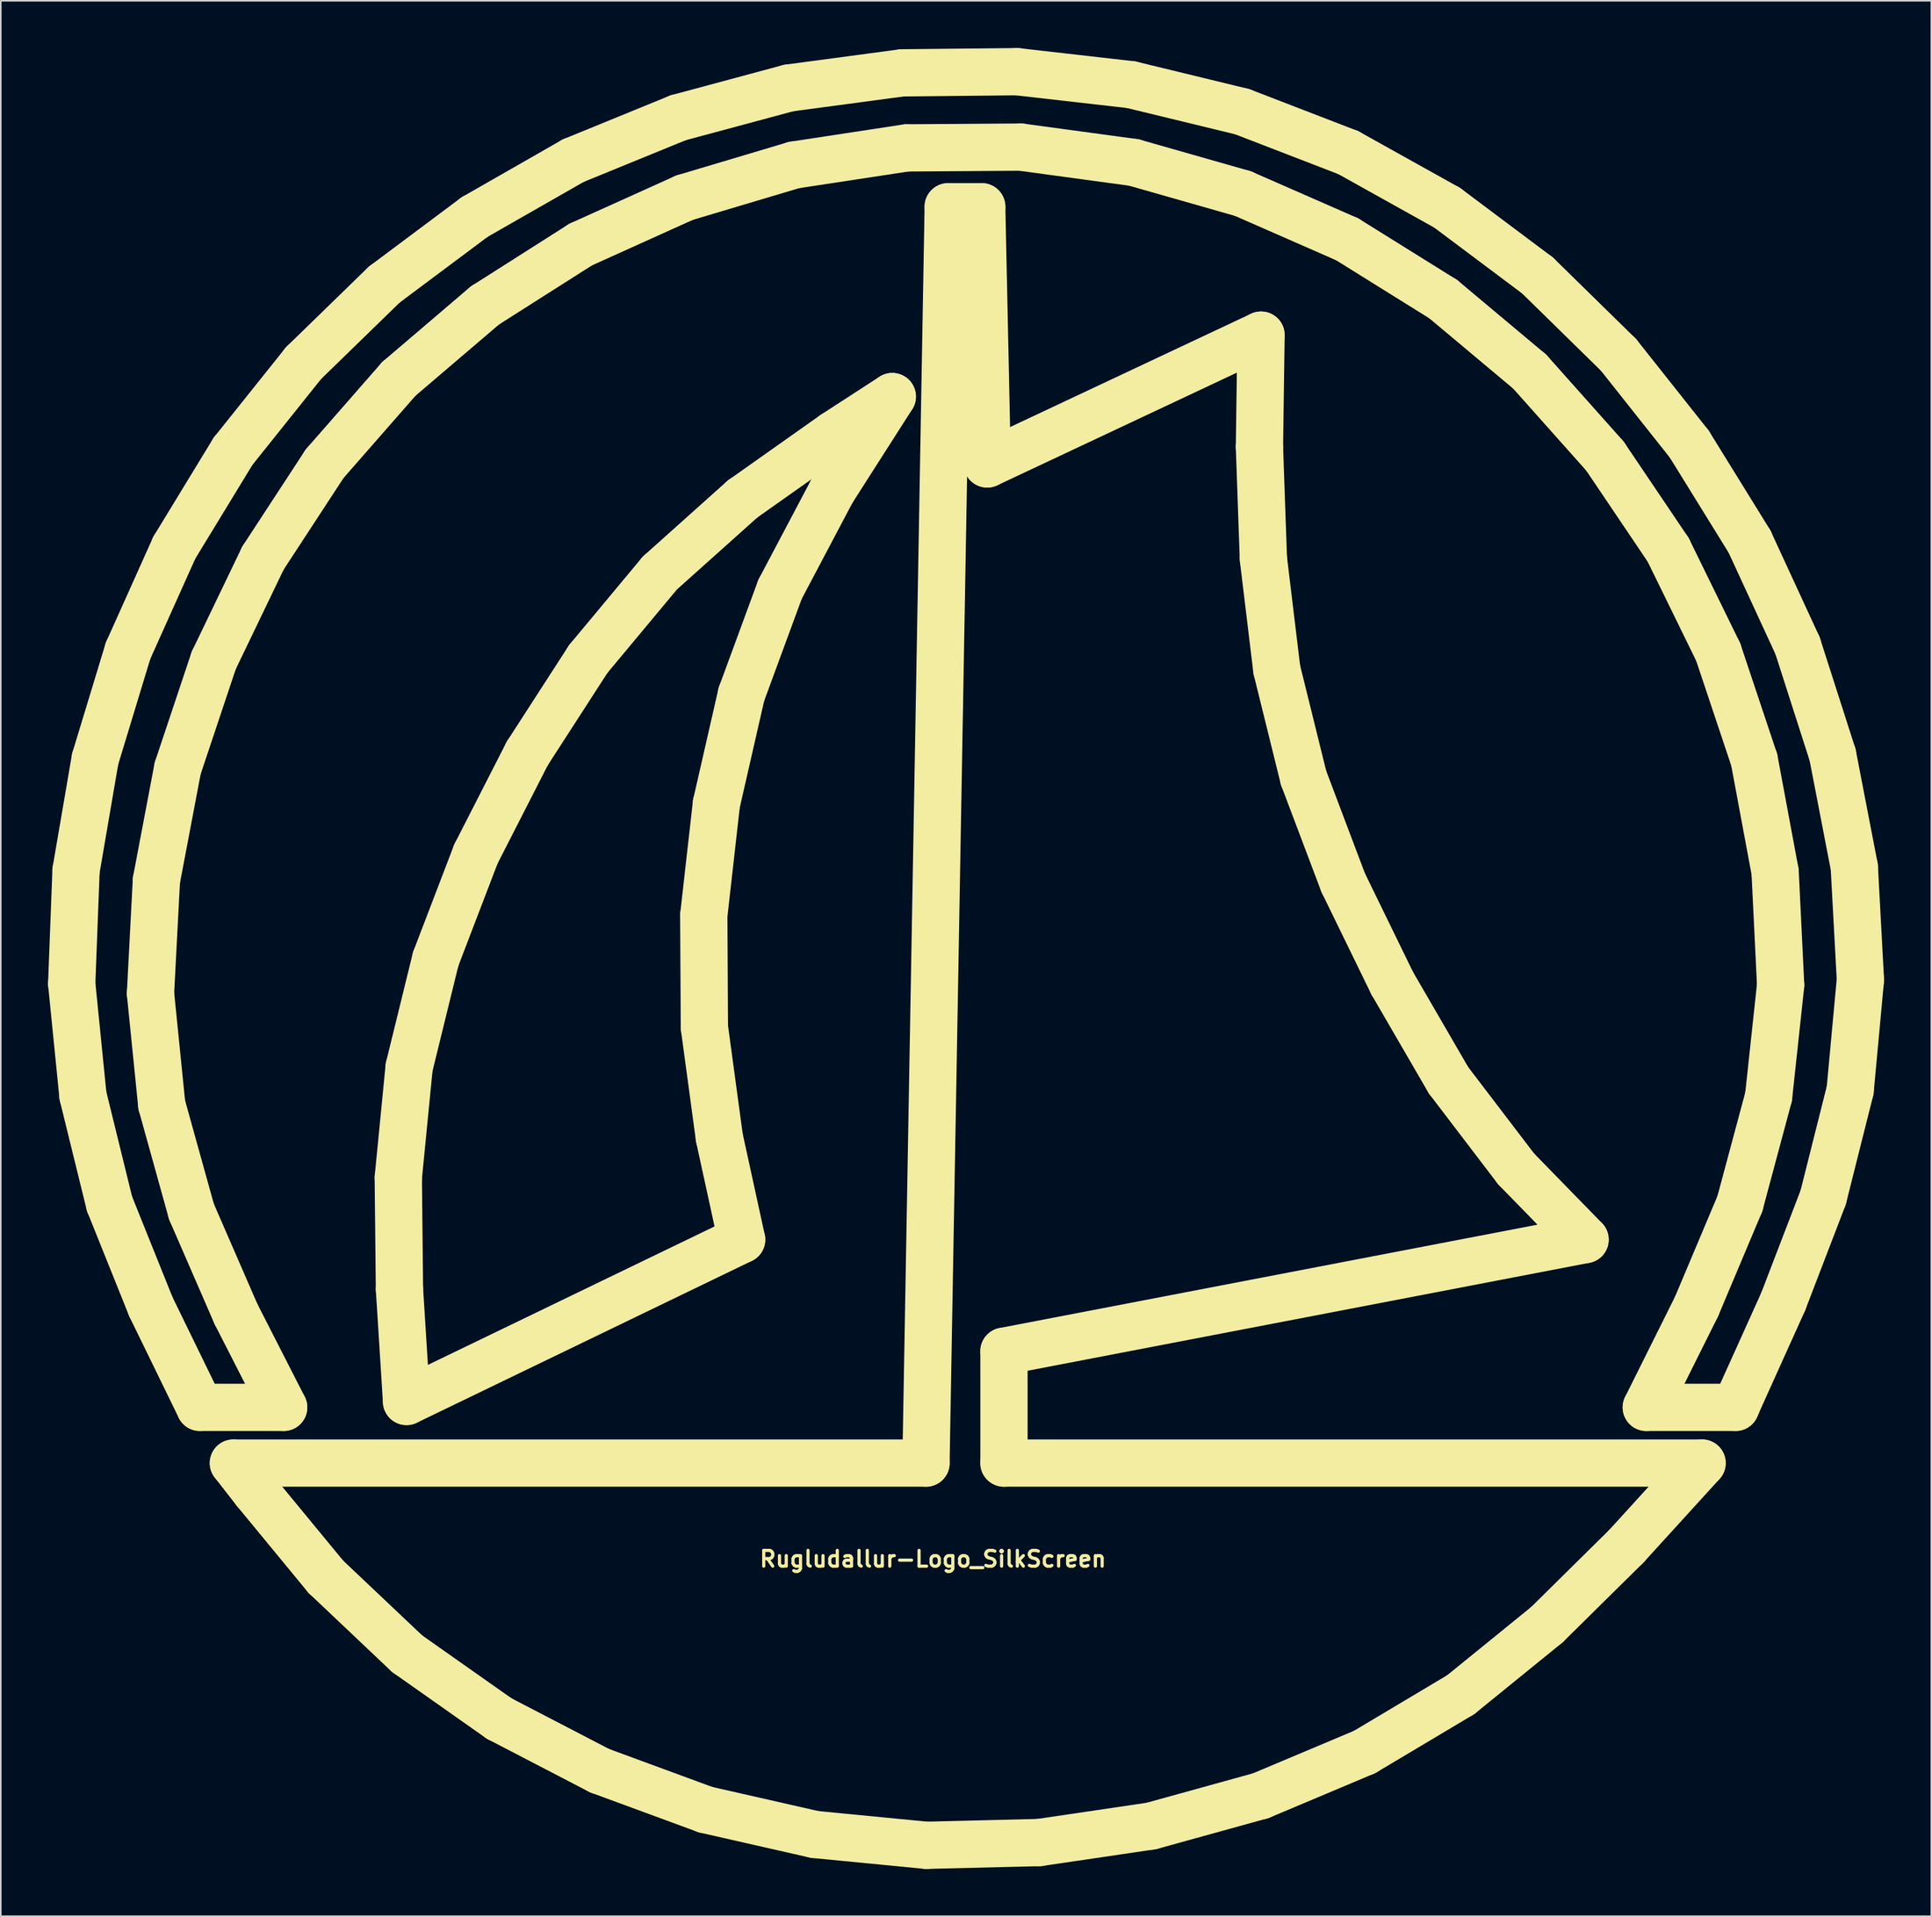
<source format=kicad_pcb>
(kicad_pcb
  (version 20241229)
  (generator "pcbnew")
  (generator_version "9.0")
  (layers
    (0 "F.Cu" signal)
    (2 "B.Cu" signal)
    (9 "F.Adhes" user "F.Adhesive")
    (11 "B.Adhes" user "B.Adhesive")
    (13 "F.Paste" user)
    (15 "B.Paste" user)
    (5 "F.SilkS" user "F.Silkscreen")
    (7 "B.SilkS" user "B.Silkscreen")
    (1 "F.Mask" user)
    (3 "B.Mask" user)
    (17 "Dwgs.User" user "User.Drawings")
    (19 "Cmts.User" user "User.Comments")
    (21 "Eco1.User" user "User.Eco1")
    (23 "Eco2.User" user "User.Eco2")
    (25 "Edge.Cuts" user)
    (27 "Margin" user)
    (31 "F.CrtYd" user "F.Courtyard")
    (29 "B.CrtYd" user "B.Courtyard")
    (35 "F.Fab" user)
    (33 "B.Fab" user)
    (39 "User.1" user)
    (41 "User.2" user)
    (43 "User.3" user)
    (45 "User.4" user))
  (footprint "Rugludallur-Logo_SilkScreen"
    (layer "F.Cu")
    (at 56.155 57.815)
    (property "Reference" "Rugludallur-Logo_SilkScreen" (at 0 38.1 0) (layer "F.SilkS") (effects (font (size 1 1) (thickness 0.2))))
    (attr exclude_from_pos_files exclude_from_bom)
    (fp_line (start -54.655 1.573) (end -54.38 -5.602) (stroke (width 3) (type solid)) (layer "F.SilkS"))
    (fp_line (start -54.38 -5.602) (end -53.168 -12.677) (stroke (width 3) (type solid)) (layer "F.SilkS"))
    (fp_line (start -53.942 8.685) (end -54.655 1.573) (stroke (width 3) (type solid)) (layer "F.SilkS"))
    (fp_line (start -53.168 -12.677) (end -51.08 -19.552) (stroke (width 3) (type solid)) (layer "F.SilkS"))
    (fp_line (start -52.255 15.548) (end -53.942 8.685) (stroke (width 3) (type solid)) (layer "F.SilkS"))
    (fp_line (start -51.08 -19.552) (end -48.142 -26.102) (stroke (width 3) (type solid)) (layer "F.SilkS"))
    (fp_line (start -49.655 2.198) (end -48.942 9.26) (stroke (width 3) (type solid)) (layer "F.SilkS"))
    (fp_line (start -49.63 22.085) (end -52.255 15.548) (stroke (width 3) (type solid)) (layer "F.SilkS"))
    (fp_line (start -49.28 -4.977) (end -49.655 2.198) (stroke (width 3) (type solid)) (layer "F.SilkS"))
    (fp_line (start -48.942 9.26) (end -47.055 16.048) (stroke (width 3) (type solid)) (layer "F.SilkS"))
    (fp_line (start -48.142 -26.102) (end -44.418 -32.215) (stroke (width 3) (type solid)) (layer "F.SilkS"))
    (fp_line (start -47.93 -12.09) (end -49.28 -4.977) (stroke (width 3) (type solid)) (layer "F.SilkS"))
    (fp_line (start -47.055 16.048) (end -44.23 22.548) (stroke (width 3) (type solid)) (layer "F.SilkS"))
    (fp_line (start -46.517 28.473) (end -49.63 22.085) (stroke (width 3) (type solid)) (layer "F.SilkS"))
    (fp_line (start -45.642 -18.94) (end -47.93 -12.09) (stroke (width 3) (type solid)) (layer "F.SilkS"))
    (fp_line (start -44.418 -32.215) (end -39.942 -37.815) (stroke (width 3) (type solid)) (layer "F.SilkS"))
    (fp_line (start -44.392 32.01) (end -0.442 32.01) (stroke (width 3) (type solid)) (layer "F.SilkS"))
    (fp_line (start -44.23 22.548) (end -41.205 28.473) (stroke (width 3) (type solid)) (layer "F.SilkS"))
    (fp_line (start -43.018 33.773) (end -44.392 32.01) (stroke (width 3) (type solid)) (layer "F.SilkS"))
    (fp_line (start -42.517 -25.44) (end -45.642 -18.94) (stroke (width 3) (type solid)) (layer "F.SilkS"))
    (fp_line (start -41.205 28.473) (end -46.517 28.473) (stroke (width 3) (type solid)) (layer "F.SilkS"))
    (fp_line (start -39.942 -37.815) (end -34.817 -42.802) (stroke (width 3) (type solid)) (layer "F.SilkS"))
    (fp_line (start -38.605 -31.427) (end -42.517 -25.44) (stroke (width 3) (type solid)) (layer "F.SilkS"))
    (fp_line (start -38.53 39.223) (end -43.018 33.773) (stroke (width 3) (type solid)) (layer "F.SilkS"))
    (fp_line (start -34.817 -42.802) (end -29.08 -47.09) (stroke (width 3) (type solid)) (layer "F.SilkS"))
    (fp_line (start -33.93 13.898) (end -33.243 6.885) (stroke (width 3) (type solid)) (layer "F.SilkS"))
    (fp_line (start -33.893 -36.815) (end -38.605 -31.427) (stroke (width 3) (type solid)) (layer "F.SilkS"))
    (fp_line (start -33.855 20.973) (end -33.93 13.898) (stroke (width 3) (type solid)) (layer "F.SilkS"))
    (fp_line (start -33.405 28.098) (end -33.855 20.973) (stroke (width 3) (type solid)) (layer "F.SilkS"))
    (fp_line (start -33.368 44.11) (end -38.53 39.223) (stroke (width 3) (type solid)) (layer "F.SilkS"))
    (fp_line (start -33.243 6.885) (end -31.555 0.01) (stroke (width 3) (type solid)) (layer "F.SilkS"))
    (fp_line (start -31.555 0.01) (end -29.005 -6.652) (stroke (width 3) (type solid)) (layer "F.SilkS"))
    (fp_line (start -29.08 -47.09) (end -22.83 -50.665) (stroke (width 3) (type solid)) (layer "F.SilkS"))
    (fp_line (start -29.005 -6.652) (end -25.743 -13.04) (stroke (width 3) (type solid)) (layer "F.SilkS"))
    (fp_line (start -28.43 -41.477) (end -33.893 -36.815) (stroke (width 3) (type solid)) (layer "F.SilkS"))
    (fp_line (start -27.53 48.223) (end -33.368 44.11) (stroke (width 3) (type solid)) (layer "F.SilkS"))
    (fp_line (start -25.743 -13.04) (end -21.868 -19.04) (stroke (width 3) (type solid)) (layer "F.SilkS"))
    (fp_line (start -22.83 -50.665) (end -16.167 -53.389) (stroke (width 3) (type solid)) (layer "F.SilkS"))
    (fp_line (start -22.355 -45.34) (end -28.43 -41.477) (stroke (width 3) (type solid)) (layer "F.SilkS"))
    (fp_line (start -21.868 -19.04) (end -17.33 -24.49) (stroke (width 3) (type solid)) (layer "F.SilkS"))
    (fp_line (start -21.155 51.535) (end -27.53 48.223) (stroke (width 3) (type solid)) (layer "F.SilkS"))
    (fp_line (start -17.33 -24.49) (end -12.08 -29.19) (stroke (width 3) (type solid)) (layer "F.SilkS"))
    (fp_line (start -16.167 -53.389) (end -9.155 -55.277) (stroke (width 3) (type solid)) (layer "F.SilkS"))
    (fp_line (start -15.768 -48.315) (end -22.355 -45.34) (stroke (width 3) (type solid)) (layer "F.SilkS"))
    (fp_line (start -14.543 -2.752) (end -14.505 4.335) (stroke (width 3) (type solid)) (layer "F.SilkS"))
    (fp_line (start -14.505 4.335) (end -13.555 11.348) (stroke (width 3) (type solid)) (layer "F.SilkS"))
    (fp_line (start -14.43 54.01) (end -21.155 51.535) (stroke (width 3) (type solid)) (layer "F.SilkS"))
    (fp_line (start -13.743 -9.84) (end -14.543 -2.752) (stroke (width 3) (type solid)) (layer "F.SilkS"))
    (fp_line (start -13.555 11.348) (end -12.142 17.823) (stroke (width 3) (type solid)) (layer "F.SilkS"))
    (fp_line (start -12.155 -16.79) (end -13.743 -9.84) (stroke (width 3) (type solid)) (layer "F.SilkS"))
    (fp_line (start -12.142 17.823) (end -33.405 28.098) (stroke (width 3) (type solid)) (layer "F.SilkS"))
    (fp_line (start -12.08 -29.19) (end -6.28 -33.29) (stroke (width 3) (type solid)) (layer "F.SilkS"))
    (fp_line (start -9.705 -23.452) (end -12.155 -16.79) (stroke (width 3) (type solid)) (layer "F.SilkS"))
    (fp_line (start -9.155 -55.277) (end -1.955 -56.24) (stroke (width 3) (type solid)) (layer "F.SilkS"))
    (fp_line (start -8.817 -50.389) (end -15.768 -48.315) (stroke (width 3) (type solid)) (layer "F.SilkS"))
    (fp_line (start -7.505 55.585) (end -14.43 54.01) (stroke (width 3) (type solid)) (layer "F.SilkS"))
    (fp_line (start -6.405 -29.702) (end -9.705 -23.452) (stroke (width 3) (type solid)) (layer "F.SilkS"))
    (fp_line (start -6.28 -33.29) (end -2.58 -35.69) (stroke (width 3) (type solid)) (layer "F.SilkS"))
    (fp_line (start -2.58 -35.69) (end -6.405 -29.702) (stroke (width 3) (type solid)) (layer "F.SilkS"))
    (fp_line (start -1.955 -56.24) (end 5.333 -56.315) (stroke (width 3) (type solid)) (layer "F.SilkS"))
    (fp_line (start -1.668 -51.477) (end -8.817 -50.389) (stroke (width 3) (type solid)) (layer "F.SilkS"))
    (fp_line (start -0.442 32.01) (end 0.97 -47.74) (stroke (width 3) (type solid)) (layer "F.SilkS"))
    (fp_line (start -0.418 56.273) (end -7.505 55.585) (stroke (width 3) (type solid)) (layer "F.SilkS"))
    (fp_line (start 0.97 -47.74) (end 3.095 -47.74) (stroke (width 3) (type solid)) (layer "F.SilkS"))
    (fp_line (start 3.095 -47.74) (end 3.445 -31.415) (stroke (width 3) (type solid)) (layer "F.SilkS"))
    (fp_line (start 3.445 -31.415) (end 20.82 -39.59) (stroke (width 3) (type solid)) (layer "F.SilkS"))
    (fp_line (start 4.508 24.91) (end 4.508 32.01) (stroke (width 3) (type solid)) (layer "F.SilkS"))
    (fp_line (start 4.508 32.01) (end 48.808 32.01) (stroke (width 3) (type solid)) (layer "F.SilkS"))
    (fp_line (start 5.333 -56.315) (end 12.57 -55.49) (stroke (width 3) (type solid)) (layer "F.SilkS"))
    (fp_line (start 5.57 -51.527) (end -1.668 -51.477) (stroke (width 3) (type solid)) (layer "F.SilkS"))
    (fp_line (start 6.745 56.098) (end -0.418 56.273) (stroke (width 3) (type solid)) (layer "F.SilkS"))
    (fp_line (start 12.57 -55.49) (end 19.62 -53.777) (stroke (width 3) (type solid)) (layer "F.SilkS"))
    (fp_line (start 12.745 -50.552) (end 5.57 -51.527) (stroke (width 3) (type solid)) (layer "F.SilkS"))
    (fp_line (start 13.857 55.048) (end 6.745 56.098) (stroke (width 3) (type solid)) (layer "F.SilkS"))
    (fp_line (start 19.62 -53.777) (end 26.357 -51.177) (stroke (width 3) (type solid)) (layer "F.SilkS"))
    (fp_line (start 19.67 -48.577) (end 12.745 -50.552) (stroke (width 3) (type solid)) (layer "F.SilkS"))
    (fp_line (start 20.72 -32.49) (end 20.97 -25.402) (stroke (width 3) (type solid)) (layer "F.SilkS"))
    (fp_line (start 20.808 53.123) (end 13.857 55.048) (stroke (width 3) (type solid)) (layer "F.SilkS"))
    (fp_line (start 20.82 -39.59) (end 20.72 -32.49) (stroke (width 3) (type solid)) (layer "F.SilkS"))
    (fp_line (start 20.97 -25.402) (end 21.82 -18.365) (stroke (width 3) (type solid)) (layer "F.SilkS"))
    (fp_line (start 21.82 -18.365) (end 23.52 -11.49) (stroke (width 3) (type solid)) (layer "F.SilkS"))
    (fp_line (start 23.52 -11.49) (end 26.032 -4.84) (stroke (width 3) (type solid)) (layer "F.SilkS"))
    (fp_line (start 26.032 -4.84) (end 29.145 1.548) (stroke (width 3) (type solid)) (layer "F.SilkS"))
    (fp_line (start 26.283 -45.677) (end 19.67 -48.577) (stroke (width 3) (type solid)) (layer "F.SilkS"))
    (fp_line (start 26.357 -51.177) (end 32.633 -47.677) (stroke (width 3) (type solid)) (layer "F.SilkS"))
    (fp_line (start 27.395 50.348) (end 20.808 53.123) (stroke (width 3) (type solid)) (layer "F.SilkS"))
    (fp_line (start 29.145 1.548) (end 32.72 7.71) (stroke (width 3) (type solid)) (layer "F.SilkS"))
    (fp_line (start 32.382 -41.877) (end 26.283 -45.677) (stroke (width 3) (type solid)) (layer "F.SilkS"))
    (fp_line (start 32.633 -47.677) (end 38.37 -43.377) (stroke (width 3) (type solid)) (layer "F.SilkS"))
    (fp_line (start 32.72 7.71) (end 37.008 13.335) (stroke (width 3) (type solid)) (layer "F.SilkS"))
    (fp_line (start 33.495 46.71) (end 27.395 50.348) (stroke (width 3) (type solid)) (layer "F.SilkS"))
    (fp_line (start 37.008 13.335) (end 41.383 17.823) (stroke (width 3) (type solid)) (layer "F.SilkS"))
    (fp_line (start 37.87 -37.277) (end 32.382 -41.877) (stroke (width 3) (type solid)) (layer "F.SilkS"))
    (fp_line (start 38.37 -43.377) (end 43.507 -38.34) (stroke (width 3) (type solid)) (layer "F.SilkS"))
    (fp_line (start 38.957 42.273) (end 33.495 46.71) (stroke (width 3) (type solid)) (layer "F.SilkS"))
    (fp_line (start 41.383 17.823) (end 4.508 24.91) (stroke (width 3) (type solid)) (layer "F.SilkS"))
    (fp_line (start 42.645 -31.915) (end 37.87 -37.277) (stroke (width 3) (type solid)) (layer "F.SilkS"))
    (fp_line (start 43.507 -38.34) (end 47.995 -32.677) (stroke (width 3) (type solid)) (layer "F.SilkS"))
    (fp_line (start 44.007 37.285) (end 38.957 42.273) (stroke (width 3) (type solid)) (layer "F.SilkS"))
    (fp_line (start 45.27 28.473) (end 48.458 22.073) (stroke (width 3) (type solid)) (layer "F.SilkS"))
    (fp_line (start 46.657 -25.965) (end 42.645 -31.915) (stroke (width 3) (type solid)) (layer "F.SilkS"))
    (fp_line (start 47.995 -32.677) (end 51.82 -26.49) (stroke (width 3) (type solid)) (layer "F.SilkS"))
    (fp_line (start 48.458 22.073) (end 51.207 15.548) (stroke (width 3) (type solid)) (layer "F.SilkS"))
    (fp_line (start 48.808 32.01) (end 44.007 37.285) (stroke (width 3) (type solid)) (layer "F.SilkS"))
    (fp_line (start 49.832 -19.477) (end 46.657 -25.965) (stroke (width 3) (type solid)) (layer "F.SilkS"))
    (fp_line (start 50.933 28.473) (end 45.27 28.473) (stroke (width 3) (type solid)) (layer "F.SilkS"))
    (fp_line (start 51.02 28.273) (end 50.933 28.473) (stroke (width 3) (type solid)) (layer "F.SilkS"))
    (fp_line (start 51.207 15.548) (end 53.032 8.748) (stroke (width 3) (type solid)) (layer "F.SilkS"))
    (fp_line (start 51.82 -26.49) (end 54.87 -19.877) (stroke (width 3) (type solid)) (layer "F.SilkS"))
    (fp_line (start 52.12 -12.627) (end 49.832 -19.477) (stroke (width 3) (type solid)) (layer "F.SilkS"))
    (fp_line (start 53.032 8.748) (end 53.795 1.66) (stroke (width 3) (type solid)) (layer "F.SilkS"))
    (fp_line (start 53.445 -5.515) (end 52.12 -12.627) (stroke (width 3) (type solid)) (layer "F.SilkS"))
    (fp_line (start 53.795 1.66) (end 53.445 -5.515) (stroke (width 3) (type solid)) (layer "F.SilkS"))
    (fp_line (start 53.957 21.76) (end 51.02 28.273) (stroke (width 3) (type solid)) (layer "F.SilkS"))
    (fp_line (start 54.87 -19.877) (end 57.095 -12.94) (stroke (width 3) (type solid)) (layer "F.SilkS"))
    (fp_line (start 56.495 15.148) (end 53.957 21.76) (stroke (width 3) (type solid)) (layer "F.SilkS"))
    (fp_line (start 57.095 -12.94) (end 58.47 -5.827) (stroke (width 3) (type solid)) (layer "F.SilkS"))
    (fp_line (start 58.208 8.335) (end 56.495 15.148) (stroke (width 3) (type solid)) (layer "F.SilkS"))
    (fp_line (start 58.47 -5.827) (end 58.857 1.323) (stroke (width 3) (type solid)) (layer "F.SilkS"))
    (fp_line (start 58.857 1.323) (end 58.208 8.335) (stroke (width 3) (type solid)) (layer "F.SilkS")))
  (gr_rect
    (start -3 -3)
    (end 119.512 118.588)
    (stroke (width 0.1) (type default))
    (fill no)
    (layer "Edge.Cuts")))
</source>
